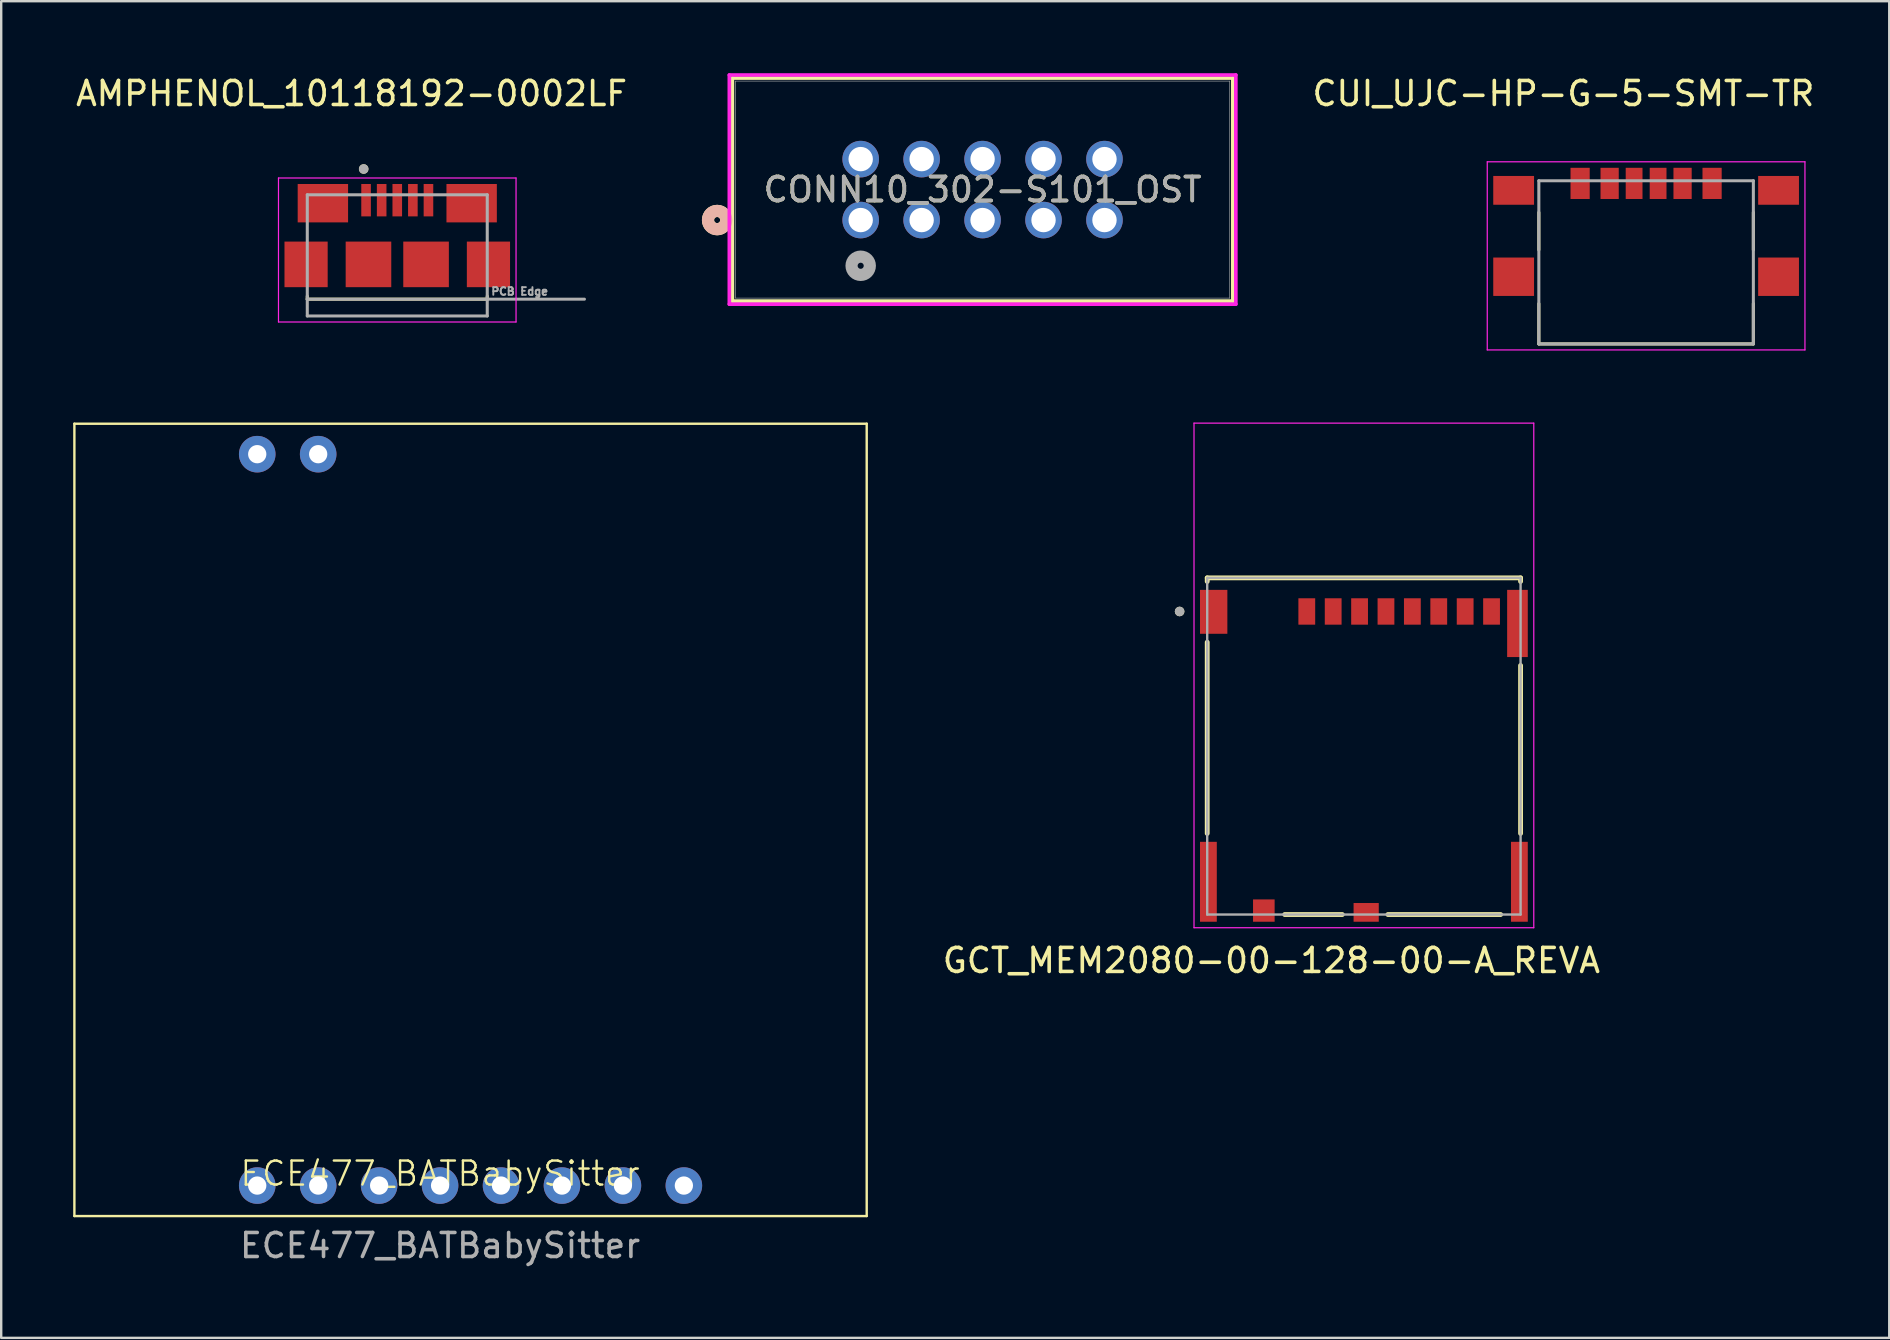
<source format=kicad_pcb>
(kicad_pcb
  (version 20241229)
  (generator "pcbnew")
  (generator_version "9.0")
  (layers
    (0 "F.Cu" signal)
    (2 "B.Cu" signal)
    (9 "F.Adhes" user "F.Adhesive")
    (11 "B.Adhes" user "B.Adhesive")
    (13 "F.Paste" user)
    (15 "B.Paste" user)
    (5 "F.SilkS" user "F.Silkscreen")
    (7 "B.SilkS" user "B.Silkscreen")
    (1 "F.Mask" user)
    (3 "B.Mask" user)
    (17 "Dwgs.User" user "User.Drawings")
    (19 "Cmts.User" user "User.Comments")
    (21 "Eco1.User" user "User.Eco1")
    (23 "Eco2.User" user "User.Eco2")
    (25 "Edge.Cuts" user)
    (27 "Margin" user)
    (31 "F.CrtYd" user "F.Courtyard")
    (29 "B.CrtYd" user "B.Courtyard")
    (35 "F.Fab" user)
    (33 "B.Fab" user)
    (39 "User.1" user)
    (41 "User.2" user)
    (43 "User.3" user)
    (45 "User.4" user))
  (footprint "CONN10_302-S101_OST"
    (layer "F.Cu")
    (at 32.819 6.121)
    (property "Reference" "CONN10_302-S101_OST" (at 5.08 -1.27 0) (unlocked yes) (layer "F.SilkS") (effects (font (size 1 1) (thickness 0.15))))
    (attr through_hole)
    (fp_line (start -5.347 -5.918) (end -5.347 3.378) (stroke (width 0.152) (type solid)) (layer "F.SilkS"))
    (fp_line (start -5.347 3.378) (end 15.507 3.378) (stroke (width 0.152) (type solid)) (layer "F.SilkS"))
    (fp_line (start 15.507 -5.918) (end -5.347 -5.918) (stroke (width 0.152) (type solid)) (layer "F.SilkS"))
    (fp_line (start 15.507 3.378) (end 15.507 -5.918) (stroke (width 0.152) (type solid)) (layer "F.SilkS"))
    (fp_circle (center -5.982 0) (end -5.601 0) (stroke (width 0.508) (type solid)) (fill no) (layer "F.SilkS"))
    (fp_circle (center -5.982 0) (end -5.601 0) (stroke (width 0.508) (type solid)) (fill no) (layer "B.SilkS"))
    (fp_line (start -5.474 -6.045) (end -5.474 3.505) (stroke (width 0.152) (type solid)) (layer "F.CrtYd"))
    (fp_line (start -5.474 3.505) (end 15.634 3.505) (stroke (width 0.152) (type solid)) (layer "F.CrtYd"))
    (fp_line (start 15.634 -6.045) (end -5.474 -6.045) (stroke (width 0.152) (type solid)) (layer "F.CrtYd"))
    (fp_line (start 15.634 3.505) (end 15.634 -6.045) (stroke (width 0.152) (type solid)) (layer "F.CrtYd"))
    (fp_line (start -5.22 -5.791) (end -5.22 3.251) (stroke (width 0.025) (type solid)) (layer "F.Fab"))
    (fp_line (start -5.22 3.251) (end 15.38 3.251) (stroke (width 0.025) (type solid)) (layer "F.Fab"))
    (fp_line (start 15.38 -5.791) (end -5.22 -5.791) (stroke (width 0.025) (type solid)) (layer "F.Fab"))
    (fp_line (start 15.38 3.251) (end 15.38 -5.791) (stroke (width 0.025) (type solid)) (layer "F.Fab"))
    (fp_circle (center 0 1.905) (end 0.381 1.905) (stroke (width 0.508) (type solid)) (fill no) (layer "F.Fab"))
    (fp_text user "${REFERENCE}" (at 5.08 -1.27 0) (unlocked yes) (layer "F.Fab") (effects (font (size 1 1) (thickness 0.15))))
    (pad "1" thru_hole circle (at 0 0) (size 1.524 1.524) (drill 1.016) (layers "*.Cu" "*.Mask"))
    (pad "2" thru_hole circle (at 0 -2.54) (size 1.524 1.524) (drill 1.016) (layers "*.Cu" "*.Mask"))
    (pad "3" thru_hole circle (at 2.54 0) (size 1.524 1.524) (drill 1.016) (layers "*.Cu" "*.Mask"))
    (pad "4" thru_hole circle (at 2.54 -2.54) (size 1.524 1.524) (drill 1.016) (layers "*.Cu" "*.Mask"))
    (pad "5" thru_hole circle (at 5.08 0) (size 1.524 1.524) (drill 1.016) (layers "*.Cu" "*.Mask"))
    (pad "6" thru_hole circle (at 5.08 -2.54) (size 1.524 1.524) (drill 1.016) (layers "*.Cu" "*.Mask"))
    (pad "7" thru_hole circle (at 7.62 0) (size 1.524 1.524) (drill 1.016) (layers "*.Cu" "*.Mask"))
    (pad "8" thru_hole circle (at 7.62 -2.54) (size 1.524 1.524) (drill 1.016) (layers "*.Cu" "*.Mask"))
    (pad "9" thru_hole circle (at 10.16 0) (size 1.524 1.524) (drill 1.016) (layers "*.Cu" "*.Mask"))
    (pad "10" thru_hole circle (at 10.16 -2.54) (size 1.524 1.524) (drill 1.016) (layers "*.Cu" "*.Mask")))
  (footprint "ECE477_BATBabySitter"
    (layer "F.Cu")
    (at 15.29 46.358)
    (property "Reference" "ECE477_BATBabySitter" (at 0 -0.5 0) (unlocked yes) (layer "F.SilkS") (effects (font (size 1 1) (thickness 0.1))))
    (attr through_hole)
    (fp_line (start -15.24 -31.75) (end -15.24 1.27) (stroke (width 0.1) (type default)) (layer "F.SilkS"))
    (fp_line (start -15.24 1.27) (end 17.78 1.27) (stroke (width 0.1) (type default)) (layer "F.SilkS"))
    (fp_line (start 17.78 -31.75) (end -15.24 -31.75) (stroke (width 0.1) (type default)) (layer "F.SilkS"))
    (fp_line (start 17.78 -31.75) (end 17.78 1.27) (stroke (width 0.1) (type default)) (layer "F.SilkS"))
    (fp_text user "${REFERENCE}" (at 0 2.5 0) (unlocked yes) (layer "F.Fab") (effects (font (size 1 1) (thickness 0.15))))
    (pad "1" thru_hole circle (at -7.62 0) (size 1.524 1.524) (drill 0.762) (layers "*.Cu" "*.Mask"))
    (pad "2" thru_hole circle (at -5.08 0) (size 1.524 1.524) (drill 0.762) (layers "*.Cu" "*.Mask"))
    (pad "3" thru_hole circle (at -2.54 0) (size 1.524 1.524) (drill 0.762) (layers "*.Cu" "*.Mask"))
    (pad "4" thru_hole circle (at 0 0) (size 1.524 1.524) (drill 0.762) (layers "*.Cu" "*.Mask"))
    (pad "5" thru_hole circle (at 2.54 0) (size 1.524 1.524) (drill 0.762) (layers "*.Cu" "*.Mask"))
    (pad "6" thru_hole circle (at 5.08 0) (size 1.524 1.524) (drill 0.762) (layers "*.Cu" "*.Mask"))
    (pad "7" thru_hole circle (at 7.62 0) (size 1.524 1.524) (drill 0.762) (layers "*.Cu" "*.Mask"))
    (pad "8" thru_hole circle (at 10.16 0) (size 1.524 1.524) (drill 0.762) (layers "*.Cu" "*.Mask"))
    (pad "9" thru_hole circle (at -5.08 -30.48) (size 1.524 1.524) (drill 0.762) (layers "*.Cu" "*.Mask"))
    (pad "10" thru_hole circle (at -7.62 -30.48) (size 1.524 1.524) (drill 0.762) (layers "*.Cu" "*.Mask")))
  (footprint "AMPHENOL_10118192-0002LF"
    (layer "F.Cu")
    (at 13.506 5.293)
    (property "Reference" "AMPHENOL_10118192-0002LF" (at -1.905 -4.445 0) (layer "F.SilkS") (effects (font (size 1 1) (thickness 0.15))))
    (attr smd)
    (fp_line (start -3.75 4) (end -3.75 4.125) (stroke (width 0.127) (type solid)) (layer "F.SilkS"))
    (fp_line (start -3.75 4.125) (end 3.75 4.125) (stroke (width 0.127) (type solid)) (layer "F.SilkS"))
    (fp_line (start 3.75 4.125) (end 3.75 4) (stroke (width 0.127) (type solid)) (layer "F.SilkS"))
    (fp_circle (center -1.4 -1.3) (end -1.3 -1.3) (stroke (width 0.2) (type solid)) (fill no) (layer "F.SilkS"))
    (fp_line (start -4.95 -0.925) (end 4.95 -0.925) (stroke (width 0.05) (type solid)) (layer "F.CrtYd"))
    (fp_line (start -4.95 5.075) (end -4.95 -0.925) (stroke (width 0.05) (type solid)) (layer "F.CrtYd"))
    (fp_line (start 4.95 -0.925) (end 4.95 5.075) (stroke (width 0.05) (type solid)) (layer "F.CrtYd"))
    (fp_line (start 4.95 5.075) (end -4.95 5.075) (stroke (width 0.05) (type solid)) (layer "F.CrtYd"))
    (fp_line (start -3.75 -0.225) (end 3.75 -0.225) (stroke (width 0.127) (type solid)) (layer "F.Fab"))
    (fp_line (start -3.75 4.125) (end -3.75 -0.225) (stroke (width 0.127) (type solid)) (layer "F.Fab"))
    (fp_line (start -3.75 4.825) (end -3.75 4.125) (stroke (width 0.127) (type solid)) (layer "F.Fab"))
    (fp_line (start 3.75 -0.225) (end 3.75 4.125) (stroke (width 0.127) (type solid)) (layer "F.Fab"))
    (fp_line (start 3.75 4.125) (end -3.75 4.125) (stroke (width 0.127) (type solid)) (layer "F.Fab"))
    (fp_line (start 3.75 4.125) (end 3.75 4.825) (stroke (width 0.127) (type solid)) (layer "F.Fab"))
    (fp_line (start 3.75 4.125) (end 7.8 4.125) (stroke (width 0.127) (type solid)) (layer "F.Fab"))
    (fp_line (start 3.75 4.825) (end -3.75 4.825) (stroke (width 0.127) (type solid)) (layer "F.Fab"))
    (fp_circle (center -1.4 -1.3) (end -1.3 -1.3) (stroke (width 0.2) (type solid)) (fill no) (layer "F.Fab"))
    (fp_text user "PCB Edge" (at 5.1 3.8 0) (layer "F.Fab") (effects (font (size 0.32 0.32) (thickness 0.15))))
    (pad "1" smd rect (at -1.3 0) (size 0.4 1.35) (layers "F.Cu" "F.Mask" "F.Paste"))
    (pad "2" smd rect (at -0.65 0) (size 0.4 1.35) (layers "F.Cu" "F.Mask" "F.Paste"))
    (pad "3" smd rect (at 0 0) (size 0.4 1.35) (layers "F.Cu" "F.Mask" "F.Paste"))
    (pad "4" smd rect (at 0.65 0) (size 0.4 1.35) (layers "F.Cu" "F.Mask" "F.Paste"))
    (pad "5" smd rect (at 1.3 0) (size 0.4 1.35) (layers "F.Cu" "F.Mask" "F.Paste"))
    (pad "6" smd rect (at -3.8 2.675) (size 1.8 1.9) (layers "F.Cu" "F.Mask" "F.Paste"))
    (pad "6" smd rect (at -3.1 0.125) (size 2.1 1.6) (layers "F.Cu" "F.Mask" "F.Paste"))
    (pad "6" smd rect (at -1.2 2.675) (size 1.9 1.9) (layers "F.Cu" "F.Mask" "F.Paste"))
    (pad "6" smd rect (at 1.2 2.675) (size 1.9 1.9) (layers "F.Cu" "F.Mask" "F.Paste"))
    (pad "6" smd rect (at 3.1 0.125) (size 2.1 1.6) (layers "F.Cu" "F.Mask" "F.Paste"))
    (pad "6" smd rect (at 3.8 2.675) (size 1.8 1.9) (layers "F.Cu" "F.Mask" "F.Paste")))
  (footprint "GCT_MEM2080-00-128-00-A_REVA"
    (layer "F.Cu")
    (at 53.79 28.048)
    (property "Reference" "GCT_MEM2080-00-128-00-A_REVA" (at -3.854 8.931 0) (layer "F.SilkS") (effects (font (size 1 1) (thickness 0.15))))
    (attr smd)
    (fp_line (start -6.53 -7.015) (end 6.53 -7.015) (stroke (width 0.2) (type solid)) (layer "F.SilkS"))
    (fp_line (start -6.53 -6.865) (end -6.53 -7.015) (stroke (width 0.2) (type solid)) (layer "F.SilkS"))
    (fp_line (start -6.53 -4.335) (end -6.53 3.635) (stroke (width 0.2) (type solid)) (layer "F.SilkS"))
    (fp_line (start -3.3 7.015) (end -0.9 7.015) (stroke (width 0.2) (type solid)) (layer "F.SilkS"))
    (fp_line (start 1 7.015) (end 5.7 7.015) (stroke (width 0.2) (type solid)) (layer "F.SilkS"))
    (fp_line (start 6.53 -7.015) (end 6.53 -6.865) (stroke (width 0.2) (type solid)) (layer "F.SilkS"))
    (fp_line (start 6.53 -3.365) (end 6.53 3.635) (stroke (width 0.2) (type solid)) (layer "F.SilkS"))
    (fp_circle (center -7.68 -5.615) (end -7.58 -5.615) (stroke (width 0.2) (type solid)) (fill no) (layer "F.SilkS"))
    (fp_line (start -7.08 -13.465) (end -7.08 7.565) (stroke (width 0.05) (type solid)) (layer "F.CrtYd"))
    (fp_line (start -7.08 7.565) (end 7.08 7.565) (stroke (width 0.05) (type solid)) (layer "F.CrtYd"))
    (fp_line (start 7.08 -13.465) (end -7.08 -13.465) (stroke (width 0.05) (type solid)) (layer "F.CrtYd"))
    (fp_line (start 7.08 7.565) (end 7.08 -13.465) (stroke (width 0.05) (type solid)) (layer "F.CrtYd"))
    (fp_line (start -6.53 -7.015) (end 6.53 -7.015) (stroke (width 0.1) (type solid)) (layer "F.Fab"))
    (fp_line (start -6.53 7.015) (end -6.53 -7.015) (stroke (width 0.1) (type solid)) (layer "F.Fab"))
    (fp_line (start 6.53 -7.015) (end 6.53 7.015) (stroke (width 0.1) (type solid)) (layer "F.Fab"))
    (fp_line (start 6.53 7.015) (end -6.53 7.015) (stroke (width 0.1) (type solid)) (layer "F.Fab"))
    (fp_circle (center -7.68 -5.615) (end -7.58 -5.615) (stroke (width 0.2) (type solid)) (fill no) (layer "F.Fab"))
    (pad "DSW1" smd rect (at -4.17 6.85) (size 0.9 0.93) (layers "F.Cu" "F.Mask" "F.Paste"))
    (pad "DSW2" smd rect (at 0.095 6.925) (size 1.05 0.78) (layers "F.Cu" "F.Mask" "F.Paste"))
    (pad "P1" smd rect (at -2.38 -5.615) (size 0.7 1.1) (layers "F.Cu" "F.Mask" "F.Paste"))
    (pad "P2" smd rect (at -1.28 -5.615) (size 0.7 1.1) (layers "F.Cu" "F.Mask" "F.Paste"))
    (pad "P3" smd rect (at -0.18 -5.615) (size 0.7 1.1) (layers "F.Cu" "F.Mask" "F.Paste"))
    (pad "P4" smd rect (at 0.92 -5.615) (size 0.7 1.1) (layers "F.Cu" "F.Mask" "F.Paste"))
    (pad "P5" smd rect (at 2.02 -5.615) (size 0.7 1.1) (layers "F.Cu" "F.Mask" "F.Paste"))
    (pad "P6" smd rect (at 3.12 -5.615) (size 0.7 1.1) (layers "F.Cu" "F.Mask" "F.Paste"))
    (pad "P7" smd rect (at 4.22 -5.615) (size 0.7 1.1) (layers "F.Cu" "F.Mask" "F.Paste"))
    (pad "P8" smd rect (at 5.32 -5.615) (size 0.7 1.1) (layers "F.Cu" "F.Mask" "F.Paste"))
    (pad "S1" smd rect (at -6.26 -5.6) (size 1.14 1.83) (layers "F.Cu" "F.Mask" "F.Paste"))
    (pad "S2" smd rect (at 6.4 -5.115) (size 0.86 2.8) (layers "F.Cu" "F.Mask" "F.Paste"))
    (pad "S3" smd rect (at -6.48 5.65) (size 0.7 3.33) (layers "F.Cu" "F.Mask" "F.Paste"))
    (pad "S4" smd rect (at 6.48 5.65) (size 0.7 3.33) (layers "F.Cu" "F.Mask" "F.Paste"))
    (zone (net_name "") (layer "F.Cu") (hatch full 0.508) (connect_pads) (min_thickness 0.01) (filled_areas_thickness no) (keepout (tracks not_allowed) (vias not_allowed) (pads not_allowed) (copperpour not_allowed) (footprints allowed)) (placement (enabled no)) (fill) (polygon (pts (xy 55.76 32.033) (xy 50.76 32.033) (xy 50.76 26.583) (xy 59.76 26.583) (xy 59.76 34.433) (xy 55.76 34.433))))
    (zone (net_name "") (layers "F.Cu" "B.Cu") (hatch full 0.508) (connect_pads) (min_thickness 0.01) (filled_areas_thickness no) (keepout (tracks allowed) (vias not_allowed) (pads allowed) (copperpour allowed) (footprints allowed)) (placement (enabled no)) (fill) (polygon (pts (xy 55.76 32.033) (xy 50.76 32.033) (xy 50.76 26.583) (xy 59.76 26.583) (xy 59.76 34.433) (xy 55.76 34.433)))))
  (footprint "CUI_UJC-HP-G-5-SMT-TR"
    (layer "F.Cu")
    (at 65.551 8.483)
    (property "Reference" "CUI_UJC-HP-G-5-SMT-TR" (at -3.445 -7.635 0) (layer "F.SilkS") (effects (font (size 1 1) (thickness 0.15))))
    (attr smd)
    (fp_line (start -4.47 -2.68) (end -4.47 -1.12) (stroke (width 0.127) (type solid)) (layer "F.SilkS"))
    (fp_line (start -4.47 2.8) (end -4.47 1.12) (stroke (width 0.127) (type solid)) (layer "F.SilkS"))
    (fp_line (start 4.47 -2.68) (end 4.47 -1.12) (stroke (width 0.127) (type solid)) (layer "F.SilkS"))
    (fp_line (start 4.47 2.8) (end -4.47 2.8) (stroke (width 0.127) (type solid)) (layer "F.SilkS"))
    (fp_line (start 4.47 2.8) (end 4.47 1.12) (stroke (width 0.127) (type solid)) (layer "F.SilkS"))
    (fp_line (start -6.62 -4.79) (end -6.62 3.05) (stroke (width 0.05) (type solid)) (layer "F.CrtYd"))
    (fp_line (start -6.62 3.05) (end 6.62 3.05) (stroke (width 0.05) (type solid)) (layer "F.CrtYd"))
    (fp_line (start 6.62 -4.79) (end -6.62 -4.79) (stroke (width 0.05) (type solid)) (layer "F.CrtYd"))
    (fp_line (start 6.62 3.05) (end 6.62 -4.79) (stroke (width 0.05) (type solid)) (layer "F.CrtYd"))
    (fp_line (start -4.47 -4) (end 4.47 -4) (stroke (width 0.127) (type solid)) (layer "F.Fab"))
    (fp_line (start -4.47 2.8) (end -4.47 -4) (stroke (width 0.127) (type solid)) (layer "F.Fab"))
    (fp_line (start 4.47 -4) (end 4.47 2.8) (stroke (width 0.127) (type solid)) (layer "F.Fab"))
    (fp_line (start 4.47 2.8) (end -4.47 2.8) (stroke (width 0.127) (type solid)) (layer "F.Fab"))
    (pad "A5" smd rect (at -0.5 -3.89) (size 0.7 1.3) (layers "F.Cu" "F.Mask" "F.Paste"))
    (pad "A9" smd rect (at 1.52 -3.89) (size 0.76 1.3) (layers "F.Cu" "F.Mask" "F.Paste"))
    (pad "A12" smd rect (at 2.75 -3.89) (size 0.8 1.3) (layers "F.Cu" "F.Mask" "F.Paste"))
    (pad "B5" smd rect (at 0.5 -3.89) (size 0.7 1.3) (layers "F.Cu" "F.Mask" "F.Paste"))
    (pad "B9" smd rect (at -1.52 -3.89) (size 0.76 1.3) (layers "F.Cu" "F.Mask" "F.Paste"))
    (pad "B12" smd rect (at -2.75 -3.89) (size 0.8 1.3) (layers "F.Cu" "F.Mask" "F.Paste"))
    (pad "SH1" smd rect (at -5.52 0) (size 1.7 1.6) (layers "F.Cu" "F.Mask" "F.Paste"))
    (pad "SH2" smd rect (at 5.52 0) (size 1.7 1.6) (layers "F.Cu" "F.Mask" "F.Paste"))
    (pad "SH3" smd rect (at -5.52 -3.6) (size 1.7 1.2) (layers "F.Cu" "F.Mask" "F.Paste"))
    (pad "SH4" smd rect (at 5.52 -3.6) (size 1.7 1.2) (layers "F.Cu" "F.Mask" "F.Paste")))
  (gr_rect
    (start -3 -3)
    (end 75.684 52.706)
    (stroke (width 0.1) (type default))
    (fill no)
    (layer "Edge.Cuts")))
</source>
